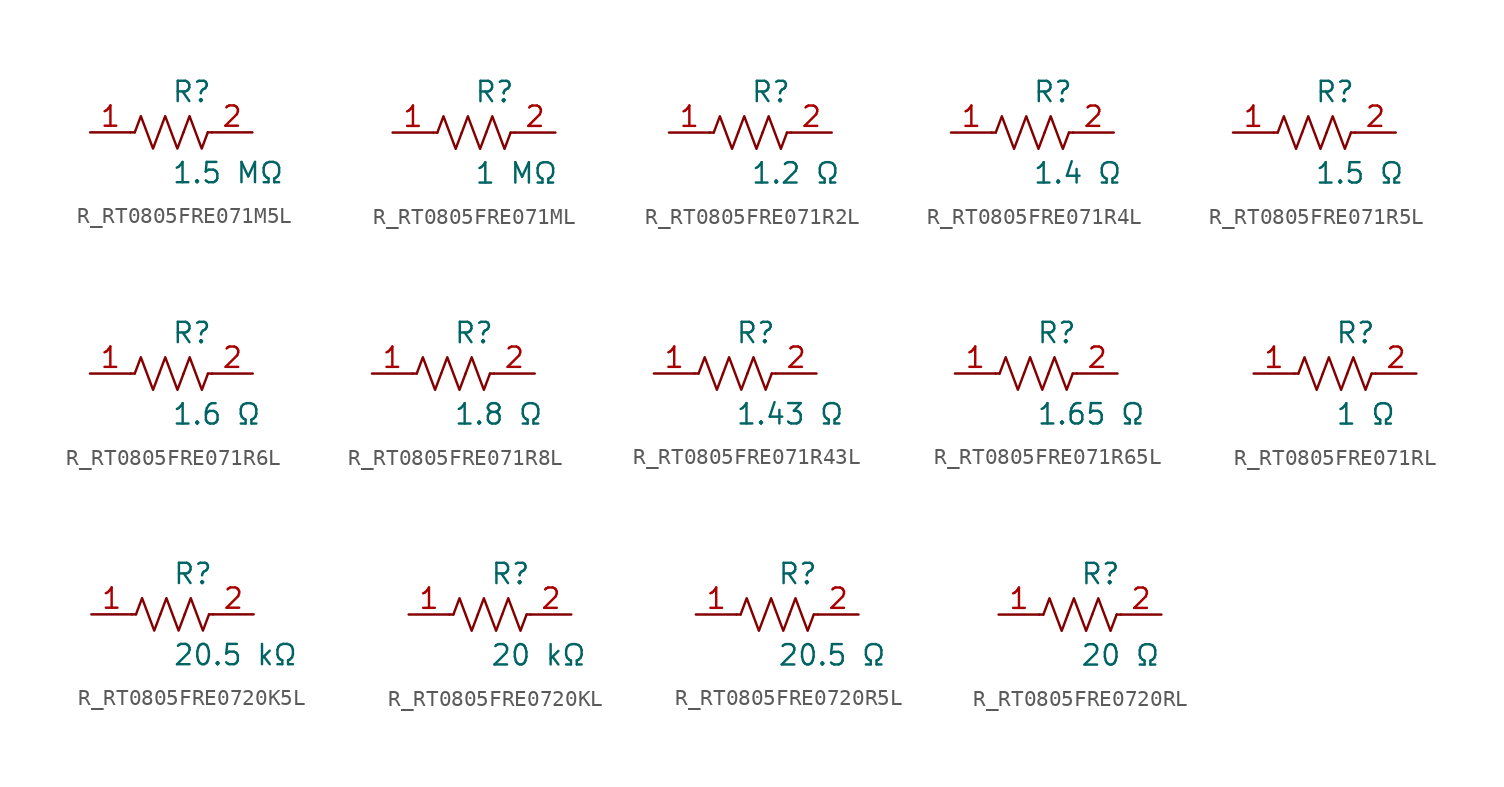
<source format=kicad_sym>
(kicad_symbol_lib
  (version 20231120)
  (generator kicad_symbol_editor)
  (generator_version 8.0)
  (symbol "R_RT0805FRE071M5L"
    (pin_names
      (offset 0.254))
    (property "Reference" "R"
      (at 0 2.54 0)
      (effects (font (size 1.27 1.27)) (justify left)))
    (property "Value" "1.5 MΩ"
      (at 0 -2.54 0)
      (effects (font (size 1.27 1.27)) (justify left)))
    (symbol "R_RT0805FRE071M5L_0_1"
      (polyline (pts (xy 2.286 0) (xy 2.54 0)) (stroke (width 0) (type default)) (fill (type none)))
      (polyline (pts (xy -2.286 0) (xy -2.54 0)) (stroke (width 0) (type default)) (fill (type none)))
      (polyline (pts (xy 0.762 0) (xy 1.143 1.016) (xy 1.524 0) (xy 1.905 -1.016) (xy 2.286 0)) (stroke (width 0) (type default)) (fill (type none)))
      (polyline (pts (xy -0.762 0) (xy -0.381 1.016) (xy 0 0) (xy 0.381 -1.016) (xy 0.762 0)) (stroke (width 0) (type default)) (fill (type none)))
      (polyline (pts (xy -2.286 0) (xy -1.905 1.016) (xy -1.524 0) (xy -1.143 -1.016) (xy -0.762 0)) (stroke (width 0) (type default)) (fill (type none))))
    (pin passive line
      (at -5.08 0 0)
      (length 2.54)
      (name "" (effects (font (size 1.27 1.27))))
      (number "1" (effects (font (size 1.27 1.27)))))
    (pin passive line
      (at 5.08 0 180)
      (length 2.54)
      (name "" (effects (font (size 1.27 1.27))))
      (number "2" (effects (font (size 1.27 1.27))))))
  (symbol "R_RT0805FRE071ML"
    (pin_names
      (offset 0.254))
    (property "Reference" "R"
      (at 0 2.54 0)
      (effects (font (size 1.27 1.27)) (justify left)))
    (property "Value" "1 MΩ"
      (at 0 -2.54 0)
      (effects (font (size 1.27 1.27)) (justify left)))
    (symbol "R_RT0805FRE071ML_0_1"
      (polyline (pts (xy 2.286 0) (xy 2.54 0)) (stroke (width 0) (type default)) (fill (type none)))
      (polyline (pts (xy -2.286 0) (xy -2.54 0)) (stroke (width 0) (type default)) (fill (type none)))
      (polyline (pts (xy 0.762 0) (xy 1.143 1.016) (xy 1.524 0) (xy 1.905 -1.016) (xy 2.286 0)) (stroke (width 0) (type default)) (fill (type none)))
      (polyline (pts (xy -0.762 0) (xy -0.381 1.016) (xy 0 0) (xy 0.381 -1.016) (xy 0.762 0)) (stroke (width 0) (type default)) (fill (type none)))
      (polyline (pts (xy -2.286 0) (xy -1.905 1.016) (xy -1.524 0) (xy -1.143 -1.016) (xy -0.762 0)) (stroke (width 0) (type default)) (fill (type none))))
    (pin passive line
      (at -5.08 0 0)
      (length 2.54)
      (name "" (effects (font (size 1.27 1.27))))
      (number "1" (effects (font (size 1.27 1.27)))))
    (pin passive line
      (at 5.08 0 180)
      (length 2.54)
      (name "" (effects (font (size 1.27 1.27))))
      (number "2" (effects (font (size 1.27 1.27))))))
  (symbol "R_RT0805FRE071R2L"
    (pin_names
      (offset 0.254))
    (property "Reference" "R"
      (at 0 2.54 0)
      (effects (font (size 1.27 1.27)) (justify left)))
    (property "Value" "1.2 Ω"
      (at 0 -2.54 0)
      (effects (font (size 1.27 1.27)) (justify left)))
    (symbol "R_RT0805FRE071R2L_0_1"
      (polyline (pts (xy 2.286 0) (xy 2.54 0)) (stroke (width 0) (type default)) (fill (type none)))
      (polyline (pts (xy -2.286 0) (xy -2.54 0)) (stroke (width 0) (type default)) (fill (type none)))
      (polyline (pts (xy 0.762 0) (xy 1.143 1.016) (xy 1.524 0) (xy 1.905 -1.016) (xy 2.286 0)) (stroke (width 0) (type default)) (fill (type none)))
      (polyline (pts (xy -0.762 0) (xy -0.381 1.016) (xy 0 0) (xy 0.381 -1.016) (xy 0.762 0)) (stroke (width 0) (type default)) (fill (type none)))
      (polyline (pts (xy -2.286 0) (xy -1.905 1.016) (xy -1.524 0) (xy -1.143 -1.016) (xy -0.762 0)) (stroke (width 0) (type default)) (fill (type none))))
    (pin passive line
      (at -5.08 0 0)
      (length 2.54)
      (name "" (effects (font (size 1.27 1.27))))
      (number "1" (effects (font (size 1.27 1.27)))))
    (pin passive line
      (at 5.08 0 180)
      (length 2.54)
      (name "" (effects (font (size 1.27 1.27))))
      (number "2" (effects (font (size 1.27 1.27))))))
  (symbol "R_RT0805FRE071R4L"
    (pin_names
      (offset 0.254))
    (property "Reference" "R"
      (at 0 2.54 0)
      (effects (font (size 1.27 1.27)) (justify left)))
    (property "Value" "1.4 Ω"
      (at 0 -2.54 0)
      (effects (font (size 1.27 1.27)) (justify left)))
    (symbol "R_RT0805FRE071R4L_0_1"
      (polyline (pts (xy 2.286 0) (xy 2.54 0)) (stroke (width 0) (type default)) (fill (type none)))
      (polyline (pts (xy -2.286 0) (xy -2.54 0)) (stroke (width 0) (type default)) (fill (type none)))
      (polyline (pts (xy 0.762 0) (xy 1.143 1.016) (xy 1.524 0) (xy 1.905 -1.016) (xy 2.286 0)) (stroke (width 0) (type default)) (fill (type none)))
      (polyline (pts (xy -0.762 0) (xy -0.381 1.016) (xy 0 0) (xy 0.381 -1.016) (xy 0.762 0)) (stroke (width 0) (type default)) (fill (type none)))
      (polyline (pts (xy -2.286 0) (xy -1.905 1.016) (xy -1.524 0) (xy -1.143 -1.016) (xy -0.762 0)) (stroke (width 0) (type default)) (fill (type none))))
    (pin passive line
      (at -5.08 0 0)
      (length 2.54)
      (name "" (effects (font (size 1.27 1.27))))
      (number "1" (effects (font (size 1.27 1.27)))))
    (pin passive line
      (at 5.08 0 180)
      (length 2.54)
      (name "" (effects (font (size 1.27 1.27))))
      (number "2" (effects (font (size 1.27 1.27))))))
  (symbol "R_RT0805FRE071R5L"
    (pin_names
      (offset 0.254))
    (property "Reference" "R"
      (at 0 2.54 0)
      (effects (font (size 1.27 1.27)) (justify left)))
    (property "Value" "1.5 Ω"
      (at 0 -2.54 0)
      (effects (font (size 1.27 1.27)) (justify left)))
    (symbol "R_RT0805FRE071R5L_0_1"
      (polyline (pts (xy 2.286 0) (xy 2.54 0)) (stroke (width 0) (type default)) (fill (type none)))
      (polyline (pts (xy -2.286 0) (xy -2.54 0)) (stroke (width 0) (type default)) (fill (type none)))
      (polyline (pts (xy 0.762 0) (xy 1.143 1.016) (xy 1.524 0) (xy 1.905 -1.016) (xy 2.286 0)) (stroke (width 0) (type default)) (fill (type none)))
      (polyline (pts (xy -0.762 0) (xy -0.381 1.016) (xy 0 0) (xy 0.381 -1.016) (xy 0.762 0)) (stroke (width 0) (type default)) (fill (type none)))
      (polyline (pts (xy -2.286 0) (xy -1.905 1.016) (xy -1.524 0) (xy -1.143 -1.016) (xy -0.762 0)) (stroke (width 0) (type default)) (fill (type none))))
    (pin passive line
      (at -5.08 0 0)
      (length 2.54)
      (name "" (effects (font (size 1.27 1.27))))
      (number "1" (effects (font (size 1.27 1.27)))))
    (pin passive line
      (at 5.08 0 180)
      (length 2.54)
      (name "" (effects (font (size 1.27 1.27))))
      (number "2" (effects (font (size 1.27 1.27))))))
  (symbol "R_RT0805FRE071R6L"
    (pin_names
      (offset 0.254))
    (property "Reference" "R"
      (at 0 2.54 0)
      (effects (font (size 1.27 1.27)) (justify left)))
    (property "Value" "1.6 Ω"
      (at 0 -2.54 0)
      (effects (font (size 1.27 1.27)) (justify left)))
    (symbol "R_RT0805FRE071R6L_0_1"
      (polyline (pts (xy 2.286 0) (xy 2.54 0)) (stroke (width 0) (type default)) (fill (type none)))
      (polyline (pts (xy -2.286 0) (xy -2.54 0)) (stroke (width 0) (type default)) (fill (type none)))
      (polyline (pts (xy 0.762 0) (xy 1.143 1.016) (xy 1.524 0) (xy 1.905 -1.016) (xy 2.286 0)) (stroke (width 0) (type default)) (fill (type none)))
      (polyline (pts (xy -0.762 0) (xy -0.381 1.016) (xy 0 0) (xy 0.381 -1.016) (xy 0.762 0)) (stroke (width 0) (type default)) (fill (type none)))
      (polyline (pts (xy -2.286 0) (xy -1.905 1.016) (xy -1.524 0) (xy -1.143 -1.016) (xy -0.762 0)) (stroke (width 0) (type default)) (fill (type none))))
    (pin passive line
      (at -5.08 0 0)
      (length 2.54)
      (name "" (effects (font (size 1.27 1.27))))
      (number "1" (effects (font (size 1.27 1.27)))))
    (pin passive line
      (at 5.08 0 180)
      (length 2.54)
      (name "" (effects (font (size 1.27 1.27))))
      (number "2" (effects (font (size 1.27 1.27))))))
  (symbol "R_RT0805FRE071R8L"
    (pin_names
      (offset 0.254))
    (property "Reference" "R"
      (at 0 2.54 0)
      (effects (font (size 1.27 1.27)) (justify left)))
    (property "Value" "1.8 Ω"
      (at 0 -2.54 0)
      (effects (font (size 1.27 1.27)) (justify left)))
    (symbol "R_RT0805FRE071R8L_0_1"
      (polyline (pts (xy 2.286 0) (xy 2.54 0)) (stroke (width 0) (type default)) (fill (type none)))
      (polyline (pts (xy -2.286 0) (xy -2.54 0)) (stroke (width 0) (type default)) (fill (type none)))
      (polyline (pts (xy 0.762 0) (xy 1.143 1.016) (xy 1.524 0) (xy 1.905 -1.016) (xy 2.286 0)) (stroke (width 0) (type default)) (fill (type none)))
      (polyline (pts (xy -0.762 0) (xy -0.381 1.016) (xy 0 0) (xy 0.381 -1.016) (xy 0.762 0)) (stroke (width 0) (type default)) (fill (type none)))
      (polyline (pts (xy -2.286 0) (xy -1.905 1.016) (xy -1.524 0) (xy -1.143 -1.016) (xy -0.762 0)) (stroke (width 0) (type default)) (fill (type none))))
    (pin passive line
      (at -5.08 0 0)
      (length 2.54)
      (name "" (effects (font (size 1.27 1.27))))
      (number "1" (effects (font (size 1.27 1.27)))))
    (pin passive line
      (at 5.08 0 180)
      (length 2.54)
      (name "" (effects (font (size 1.27 1.27))))
      (number "2" (effects (font (size 1.27 1.27))))))
  (symbol "R_RT0805FRE071R43L"
    (pin_names
      (offset 0.254))
    (property "Reference" "R"
      (at 0 2.54 0)
      (effects (font (size 1.27 1.27)) (justify left)))
    (property "Value" "1.43 Ω"
      (at 0 -2.54 0)
      (effects (font (size 1.27 1.27)) (justify left)))
    (symbol "R_RT0805FRE071R43L_0_1"
      (polyline (pts (xy 2.286 0) (xy 2.54 0)) (stroke (width 0) (type default)) (fill (type none)))
      (polyline (pts (xy -2.286 0) (xy -2.54 0)) (stroke (width 0) (type default)) (fill (type none)))
      (polyline (pts (xy 0.762 0) (xy 1.143 1.016) (xy 1.524 0) (xy 1.905 -1.016) (xy 2.286 0)) (stroke (width 0) (type default)) (fill (type none)))
      (polyline (pts (xy -0.762 0) (xy -0.381 1.016) (xy 0 0) (xy 0.381 -1.016) (xy 0.762 0)) (stroke (width 0) (type default)) (fill (type none)))
      (polyline (pts (xy -2.286 0) (xy -1.905 1.016) (xy -1.524 0) (xy -1.143 -1.016) (xy -0.762 0)) (stroke (width 0) (type default)) (fill (type none))))
    (pin passive line
      (at -5.08 0 0)
      (length 2.54)
      (name "" (effects (font (size 1.27 1.27))))
      (number "1" (effects (font (size 1.27 1.27)))))
    (pin passive line
      (at 5.08 0 180)
      (length 2.54)
      (name "" (effects (font (size 1.27 1.27))))
      (number "2" (effects (font (size 1.27 1.27))))))
  (symbol "R_RT0805FRE071R65L"
    (pin_names
      (offset 0.254))
    (property "Reference" "R"
      (at 0 2.54 0)
      (effects (font (size 1.27 1.27)) (justify left)))
    (property "Value" "1.65 Ω"
      (at 0 -2.54 0)
      (effects (font (size 1.27 1.27)) (justify left)))
    (symbol "R_RT0805FRE071R65L_0_1"
      (polyline (pts (xy 2.286 0) (xy 2.54 0)) (stroke (width 0) (type default)) (fill (type none)))
      (polyline (pts (xy -2.286 0) (xy -2.54 0)) (stroke (width 0) (type default)) (fill (type none)))
      (polyline (pts (xy 0.762 0) (xy 1.143 1.016) (xy 1.524 0) (xy 1.905 -1.016) (xy 2.286 0)) (stroke (width 0) (type default)) (fill (type none)))
      (polyline (pts (xy -0.762 0) (xy -0.381 1.016) (xy 0 0) (xy 0.381 -1.016) (xy 0.762 0)) (stroke (width 0) (type default)) (fill (type none)))
      (polyline (pts (xy -2.286 0) (xy -1.905 1.016) (xy -1.524 0) (xy -1.143 -1.016) (xy -0.762 0)) (stroke (width 0) (type default)) (fill (type none))))
    (pin passive line
      (at -5.08 0 0)
      (length 2.54)
      (name "" (effects (font (size 1.27 1.27))))
      (number "1" (effects (font (size 1.27 1.27)))))
    (pin passive line
      (at 5.08 0 180)
      (length 2.54)
      (name "" (effects (font (size 1.27 1.27))))
      (number "2" (effects (font (size 1.27 1.27))))))
  (symbol "R_RT0805FRE071RL"
    (pin_names
      (offset 0.254))
    (property "Reference" "R"
      (at 0 2.54 0)
      (effects (font (size 1.27 1.27)) (justify left)))
    (property "Value" "1 Ω"
      (at 0 -2.54 0)
      (effects (font (size 1.27 1.27)) (justify left)))
    (symbol "R_RT0805FRE071RL_0_1"
      (polyline (pts (xy 2.286 0) (xy 2.54 0)) (stroke (width 0) (type default)) (fill (type none)))
      (polyline (pts (xy -2.286 0) (xy -2.54 0)) (stroke (width 0) (type default)) (fill (type none)))
      (polyline (pts (xy 0.762 0) (xy 1.143 1.016) (xy 1.524 0) (xy 1.905 -1.016) (xy 2.286 0)) (stroke (width 0) (type default)) (fill (type none)))
      (polyline (pts (xy -0.762 0) (xy -0.381 1.016) (xy 0 0) (xy 0.381 -1.016) (xy 0.762 0)) (stroke (width 0) (type default)) (fill (type none)))
      (polyline (pts (xy -2.286 0) (xy -1.905 1.016) (xy -1.524 0) (xy -1.143 -1.016) (xy -0.762 0)) (stroke (width 0) (type default)) (fill (type none))))
    (pin passive line
      (at -5.08 0 0)
      (length 2.54)
      (name "" (effects (font (size 1.27 1.27))))
      (number "1" (effects (font (size 1.27 1.27)))))
    (pin passive line
      (at 5.08 0 180)
      (length 2.54)
      (name "" (effects (font (size 1.27 1.27))))
      (number "2" (effects (font (size 1.27 1.27))))))
  (symbol "R_RT0805FRE0720K5L"
    (pin_names
      (offset 0.254))
    (property "Reference" "R"
      (at 0 2.54 0)
      (effects (font (size 1.27 1.27)) (justify left)))
    (property "Value" "20.5 kΩ"
      (at 0 -2.54 0)
      (effects (font (size 1.27 1.27)) (justify left)))
    (symbol "R_RT0805FRE0720K5L_0_1"
      (polyline (pts (xy 2.286 0) (xy 2.54 0)) (stroke (width 0) (type default)) (fill (type none)))
      (polyline (pts (xy -2.286 0) (xy -2.54 0)) (stroke (width 0) (type default)) (fill (type none)))
      (polyline (pts (xy 0.762 0) (xy 1.143 1.016) (xy 1.524 0) (xy 1.905 -1.016) (xy 2.286 0)) (stroke (width 0) (type default)) (fill (type none)))
      (polyline (pts (xy -0.762 0) (xy -0.381 1.016) (xy 0 0) (xy 0.381 -1.016) (xy 0.762 0)) (stroke (width 0) (type default)) (fill (type none)))
      (polyline (pts (xy -2.286 0) (xy -1.905 1.016) (xy -1.524 0) (xy -1.143 -1.016) (xy -0.762 0)) (stroke (width 0) (type default)) (fill (type none))))
    (pin passive line
      (at -5.08 0 0)
      (length 2.54)
      (name "" (effects (font (size 1.27 1.27))))
      (number "1" (effects (font (size 1.27 1.27)))))
    (pin passive line
      (at 5.08 0 180)
      (length 2.54)
      (name "" (effects (font (size 1.27 1.27))))
      (number "2" (effects (font (size 1.27 1.27))))))
  (symbol "R_RT0805FRE0720KL"
    (pin_names
      (offset 0.254))
    (property "Reference" "R"
      (at 0 2.54 0)
      (effects (font (size 1.27 1.27)) (justify left)))
    (property "Value" "20 kΩ"
      (at 0 -2.54 0)
      (effects (font (size 1.27 1.27)) (justify left)))
    (symbol "R_RT0805FRE0720KL_0_1"
      (polyline (pts (xy 2.286 0) (xy 2.54 0)) (stroke (width 0) (type default)) (fill (type none)))
      (polyline (pts (xy -2.286 0) (xy -2.54 0)) (stroke (width 0) (type default)) (fill (type none)))
      (polyline (pts (xy 0.762 0) (xy 1.143 1.016) (xy 1.524 0) (xy 1.905 -1.016) (xy 2.286 0)) (stroke (width 0) (type default)) (fill (type none)))
      (polyline (pts (xy -0.762 0) (xy -0.381 1.016) (xy 0 0) (xy 0.381 -1.016) (xy 0.762 0)) (stroke (width 0) (type default)) (fill (type none)))
      (polyline (pts (xy -2.286 0) (xy -1.905 1.016) (xy -1.524 0) (xy -1.143 -1.016) (xy -0.762 0)) (stroke (width 0) (type default)) (fill (type none))))
    (pin passive line
      (at -5.08 0 0)
      (length 2.54)
      (name "" (effects (font (size 1.27 1.27))))
      (number "1" (effects (font (size 1.27 1.27)))))
    (pin passive line
      (at 5.08 0 180)
      (length 2.54)
      (name "" (effects (font (size 1.27 1.27))))
      (number "2" (effects (font (size 1.27 1.27))))))
  (symbol "R_RT0805FRE0720R5L"
    (pin_names
      (offset 0.254))
    (property "Reference" "R"
      (at 0 2.54 0)
      (effects (font (size 1.27 1.27)) (justify left)))
    (property "Value" "20.5 Ω"
      (at 0 -2.54 0)
      (effects (font (size 1.27 1.27)) (justify left)))
    (symbol "R_RT0805FRE0720R5L_0_1"
      (polyline (pts (xy 2.286 0) (xy 2.54 0)) (stroke (width 0) (type default)) (fill (type none)))
      (polyline (pts (xy -2.286 0) (xy -2.54 0)) (stroke (width 0) (type default)) (fill (type none)))
      (polyline (pts (xy 0.762 0) (xy 1.143 1.016) (xy 1.524 0) (xy 1.905 -1.016) (xy 2.286 0)) (stroke (width 0) (type default)) (fill (type none)))
      (polyline (pts (xy -0.762 0) (xy -0.381 1.016) (xy 0 0) (xy 0.381 -1.016) (xy 0.762 0)) (stroke (width 0) (type default)) (fill (type none)))
      (polyline (pts (xy -2.286 0) (xy -1.905 1.016) (xy -1.524 0) (xy -1.143 -1.016) (xy -0.762 0)) (stroke (width 0) (type default)) (fill (type none))))
    (pin passive line
      (at -5.08 0 0)
      (length 2.54)
      (name "" (effects (font (size 1.27 1.27))))
      (number "1" (effects (font (size 1.27 1.27)))))
    (pin passive line
      (at 5.08 0 180)
      (length 2.54)
      (name "" (effects (font (size 1.27 1.27))))
      (number "2" (effects (font (size 1.27 1.27))))))
  (symbol "R_RT0805FRE0720RL"
    (pin_names
      (offset 0.254))
    (property "Reference" "R"
      (at 0 2.54 0)
      (effects (font (size 1.27 1.27)) (justify left)))
    (property "Value" "20 Ω"
      (at 0 -2.54 0)
      (effects (font (size 1.27 1.27)) (justify left)))
    (symbol "R_RT0805FRE0720RL_0_1"
      (polyline (pts (xy 2.286 0) (xy 2.54 0)) (stroke (width 0) (type default)) (fill (type none)))
      (polyline (pts (xy -2.286 0) (xy -2.54 0)) (stroke (width 0) (type default)) (fill (type none)))
      (polyline (pts (xy 0.762 0) (xy 1.143 1.016) (xy 1.524 0) (xy 1.905 -1.016) (xy 2.286 0)) (stroke (width 0) (type default)) (fill (type none)))
      (polyline (pts (xy -0.762 0) (xy -0.381 1.016) (xy 0 0) (xy 0.381 -1.016) (xy 0.762 0)) (stroke (width 0) (type default)) (fill (type none)))
      (polyline (pts (xy -2.286 0) (xy -1.905 1.016) (xy -1.524 0) (xy -1.143 -1.016) (xy -0.762 0)) (stroke (width 0) (type default)) (fill (type none))))
    (pin passive line
      (at -5.08 0 0)
      (length 2.54)
      (name "" (effects (font (size 1.27 1.27))))
      (number "1" (effects (font (size 1.27 1.27)))))
    (pin passive line
      (at 5.08 0 180)
      (length 2.54)
      (name "" (effects (font (size 1.27 1.27))))
      (number "2" (effects (font (size 1.27 1.27)))))))
</source>
